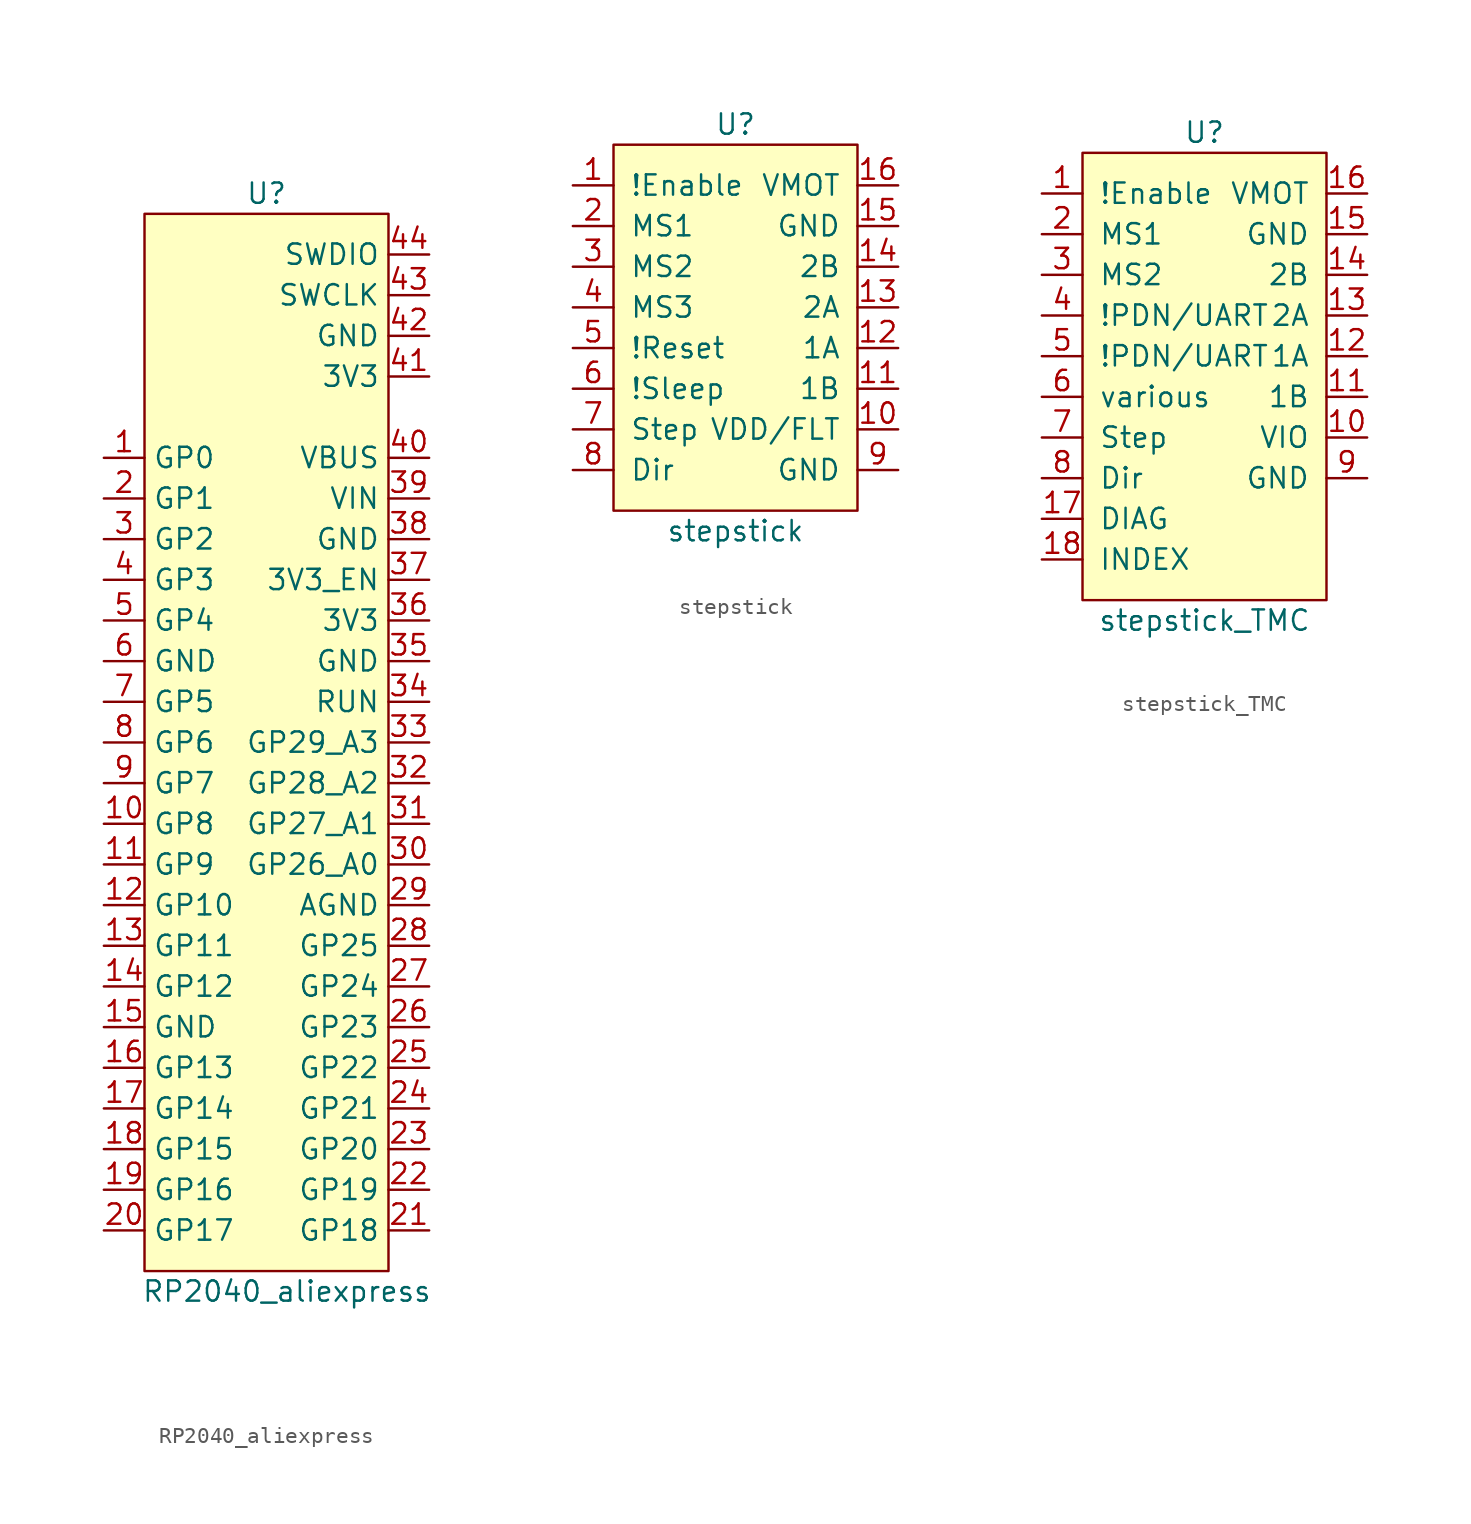
<source format=kicad_sym>
(kicad_symbol_lib
  (version 20220914)
  (generator kicad_symbol_editor)
  (symbol "RP2040_aliexpress"
    (property "Reference" "U"
      (at 0 35.56 0)
      (effects (font (size 1.27 1.27))))
    (property "Value" "RP2040_aliexpress"
      (at 1.27 -33.02 0)
      (effects (font (size 1.27 1.27))))
    (symbol "RP2040_aliexpress_0_1"
      (rectangle (start -7.62 34.29) (end 7.62 -31.75) (stroke (width 0) (type default)) (fill (type background))))
    (symbol "RP2040_aliexpress_1_1"
      (pin bidirectional line (at -10.16 19.05 0) (length 2.54) (name "GP0" (effects (font (size 1.27 1.27)))) (number "1" (effects (font (size 1.27 1.27)))))
      (pin bidirectional line (at -10.16 -3.81 0) (length 2.54) (name "GP8" (effects (font (size 1.27 1.27)))) (number "10" (effects (font (size 1.27 1.27)))))
      (pin bidirectional line (at -10.16 -6.35 0) (length 2.54) (name "GP9" (effects (font (size 1.27 1.27)))) (number "11" (effects (font (size 1.27 1.27)))))
      (pin bidirectional line (at -10.16 -8.89 0) (length 2.54) (name "GP10" (effects (font (size 1.27 1.27)))) (number "12" (effects (font (size 1.27 1.27)))))
      (pin bidirectional line (at -10.16 -11.43 0) (length 2.54) (name "GP11" (effects (font (size 1.27 1.27)))) (number "13" (effects (font (size 1.27 1.27)))))
      (pin bidirectional line (at -10.16 -13.97 0) (length 2.54) (name "GP12" (effects (font (size 1.27 1.27)))) (number "14" (effects (font (size 1.27 1.27)))))
      (pin power_in line (at -10.16 -16.51 0) (length 2.54) (name "GND" (effects (font (size 1.27 1.27)))) (number "15" (effects (font (size 1.27 1.27)))))
      (pin bidirectional line (at -10.16 -19.05 0) (length 2.54) (name "GP13" (effects (font (size 1.27 1.27)))) (number "16" (effects (font (size 1.27 1.27)))))
      (pin bidirectional line (at -10.16 -21.59 0) (length 2.54) (name "GP14" (effects (font (size 1.27 1.27)))) (number "17" (effects (font (size 1.27 1.27)))))
      (pin bidirectional line (at -10.16 -24.13 0) (length 2.54) (name "GP15" (effects (font (size 1.27 1.27)))) (number "18" (effects (font (size 1.27 1.27)))))
      (pin bidirectional line (at -10.16 -26.67 0) (length 2.54) (name "GP16" (effects (font (size 1.27 1.27)))) (number "19" (effects (font (size 1.27 1.27)))))
      (pin bidirectional line (at -10.16 16.51 0) (length 2.54) (name "GP1" (effects (font (size 1.27 1.27)))) (number "2" (effects (font (size 1.27 1.27)))))
      (pin bidirectional line (at -10.16 -29.21 0) (length 2.54) (name "GP17" (effects (font (size 1.27 1.27)))) (number "20" (effects (font (size 1.27 1.27)))))
      (pin bidirectional line (at 10.16 -29.21 180) (length 2.54) (name "GP18" (effects (font (size 1.27 1.27)))) (number "21" (effects (font (size 1.27 1.27)))))
      (pin bidirectional line (at 10.16 -26.67 180) (length 2.54) (name "GP19" (effects (font (size 1.27 1.27)))) (number "22" (effects (font (size 1.27 1.27)))))
      (pin bidirectional line (at 10.16 -24.13 180) (length 2.54) (name "GP20" (effects (font (size 1.27 1.27)))) (number "23" (effects (font (size 1.27 1.27)))))
      (pin bidirectional line (at 10.16 -21.59 180) (length 2.54) (name "GP21" (effects (font (size 1.27 1.27)))) (number "24" (effects (font (size 1.27 1.27)))))
      (pin bidirectional line (at 10.16 -19.05 180) (length 2.54) (name "GP22" (effects (font (size 1.27 1.27)))) (number "25" (effects (font (size 1.27 1.27)))))
      (pin bidirectional line (at 10.16 -16.51 180) (length 2.54) (name "GP23" (effects (font (size 1.27 1.27)))) (number "26" (effects (font (size 1.27 1.27)))))
      (pin bidirectional line (at 10.16 -13.97 180) (length 2.54) (name "GP24" (effects (font (size 1.27 1.27)))) (number "27" (effects (font (size 1.27 1.27)))))
      (pin bidirectional line (at 10.16 -11.43 180) (length 2.54) (name "GP25" (effects (font (size 1.27 1.27)))) (number "28" (effects (font (size 1.27 1.27)))))
      (pin power_in line (at 10.16 -8.89 180) (length 2.54) (name "AGND" (effects (font (size 1.27 1.27)))) (number "29" (effects (font (size 1.27 1.27)))))
      (pin bidirectional line (at -10.16 13.97 0) (length 2.54) (name "GP2" (effects (font (size 1.27 1.27)))) (number "3" (effects (font (size 1.27 1.27)))))
      (pin bidirectional line (at 10.16 -6.35 180) (length 2.54) (name "GP26_A0" (effects (font (size 1.27 1.27)))) (number "30" (effects (font (size 1.27 1.27)))))
      (pin bidirectional line (at 10.16 -3.81 180) (length 2.54) (name "GP27_A1" (effects (font (size 1.27 1.27)))) (number "31" (effects (font (size 1.27 1.27)))))
      (pin bidirectional line (at 10.16 -1.27 180) (length 2.54) (name "GP28_A2" (effects (font (size 1.27 1.27)))) (number "32" (effects (font (size 1.27 1.27)))))
      (pin bidirectional line (at 10.16 1.27 180) (length 2.54) (name "GP29_A3" (effects (font (size 1.27 1.27)))) (number "33" (effects (font (size 1.27 1.27)))))
      (pin input line (at 10.16 3.81 180) (length 2.54) (name "RUN" (effects (font (size 1.27 1.27)))) (number "34" (effects (font (size 1.27 1.27)))))
      (pin power_in line (at 10.16 6.35 180) (length 2.54) (name "GND" (effects (font (size 1.27 1.27)))) (number "35" (effects (font (size 1.27 1.27)))))
      (pin power_out line (at 10.16 8.89 180) (length 2.54) (name "3V3" (effects (font (size 1.27 1.27)))) (number "36" (effects (font (size 1.27 1.27)))))
      (pin input line (at 10.16 11.43 180) (length 2.54) (name "3V3_EN" (effects (font (size 1.27 1.27)))) (number "37" (effects (font (size 1.27 1.27)))))
      (pin power_out line (at 10.16 13.97 180) (length 2.54) (name "GND" (effects (font (size 1.27 1.27)))) (number "38" (effects (font (size 1.27 1.27)))))
      (pin power_out line (at 10.16 16.51 180) (length 2.54) (name "VIN" (effects (font (size 1.27 1.27)))) (number "39" (effects (font (size 1.27 1.27)))))
      (pin bidirectional line (at -10.16 11.43 0) (length 2.54) (name "GP3" (effects (font (size 1.27 1.27)))) (number "4" (effects (font (size 1.27 1.27)))))
      (pin power_out line (at 10.16 19.05 180) (length 2.54) (name "VBUS" (effects (font (size 1.27 1.27)))) (number "40" (effects (font (size 1.27 1.27)))))
      (pin power_in line (at 10.16 24.13 180) (length 2.54) (name "3V3" (effects (font (size 1.27 1.27)))) (number "41" (effects (font (size 1.27 1.27)))))
      (pin power_in line (at 10.16 26.67 180) (length 2.54) (name "GND" (effects (font (size 1.27 1.27)))) (number "42" (effects (font (size 1.27 1.27)))))
      (pin input line (at 10.16 29.21 180) (length 2.54) (name "SWCLK" (effects (font (size 1.27 1.27)))) (number "43" (effects (font (size 1.27 1.27)))))
      (pin bidirectional line (at 10.16 31.75 180) (length 2.54) (name "SWDIO" (effects (font (size 1.27 1.27)))) (number "44" (effects (font (size 1.27 1.27)))))
      (pin bidirectional line (at -10.16 8.89 0) (length 2.54) (name "GP4" (effects (font (size 1.27 1.27)))) (number "5" (effects (font (size 1.27 1.27)))))
      (pin power_in line (at -10.16 6.35 0) (length 2.54) (name "GND" (effects (font (size 1.27 1.27)))) (number "6" (effects (font (size 1.27 1.27)))))
      (pin bidirectional line (at -10.16 3.81 0) (length 2.54) (name "GP5" (effects (font (size 1.27 1.27)))) (number "7" (effects (font (size 1.27 1.27)))))
      (pin bidirectional line (at -10.16 1.27 0) (length 2.54) (name "GP6" (effects (font (size 1.27 1.27)))) (number "8" (effects (font (size 1.27 1.27)))))
      (pin bidirectional line (at -10.16 -1.27 0) (length 2.54) (name "GP7" (effects (font (size 1.27 1.27)))) (number "9" (effects (font (size 1.27 1.27)))))))
  (symbol "stepstick"
    (pin_names
      (offset 1.016))
    (property "Reference" "U"
      (at 0 12.7 0)
      (effects (font (size 1.27 1.27))))
    (property "Value" "stepstick"
      (at 0 -12.7 0)
      (effects (font (size 1.27 1.27))))
    (symbol "stepstick_0_1"
      (rectangle (start -7.62 11.43) (end 7.62 -11.43) (stroke (width 0) (type default)) (fill (type background))))
    (symbol "stepstick_1_1"
      (pin input line (at -10.16 8.89 0) (length 2.54) (name "!Enable" (effects (font (size 1.27 1.27)))) (number "1" (effects (font (size 1.27 1.27)))))
      (pin power_in line (at 10.16 -6.35 180) (length 2.54) (name "VDD/FLT" (effects (font (size 1.27 1.27)))) (number "10" (effects (font (size 1.27 1.27)))))
      (pin output line (at 10.16 -3.81 180) (length 2.54) (name "1B" (effects (font (size 1.27 1.27)))) (number "11" (effects (font (size 1.27 1.27)))))
      (pin output line (at 10.16 -1.27 180) (length 2.54) (name "1A" (effects (font (size 1.27 1.27)))) (number "12" (effects (font (size 1.27 1.27)))))
      (pin output line (at 10.16 1.27 180) (length 2.54) (name "2A" (effects (font (size 1.27 1.27)))) (number "13" (effects (font (size 1.27 1.27)))))
      (pin output line (at 10.16 3.81 180) (length 2.54) (name "2B" (effects (font (size 1.27 1.27)))) (number "14" (effects (font (size 1.27 1.27)))))
      (pin power_in line (at 10.16 6.35 180) (length 2.54) (name "GND" (effects (font (size 1.27 1.27)))) (number "15" (effects (font (size 1.27 1.27)))))
      (pin power_in line (at 10.16 8.89 180) (length 2.54) (name "VMOT" (effects (font (size 1.27 1.27)))) (number "16" (effects (font (size 1.27 1.27)))))
      (pin input line (at -10.16 6.35 0) (length 2.54) (name "MS1" (effects (font (size 1.27 1.27)))) (number "2" (effects (font (size 1.27 1.27)))))
      (pin input line (at -10.16 3.81 0) (length 2.54) (name "MS2" (effects (font (size 1.27 1.27)))) (number "3" (effects (font (size 1.27 1.27)))))
      (pin input line (at -10.16 1.27 0) (length 2.54) (name "MS3" (effects (font (size 1.27 1.27)))) (number "4" (effects (font (size 1.27 1.27)))))
      (pin input line (at -10.16 -1.27 0) (length 2.54) (name "!Reset" (effects (font (size 1.27 1.27)))) (number "5" (effects (font (size 1.27 1.27)))))
      (pin input line (at -10.16 -3.81 0) (length 2.54) (name "!Sleep" (effects (font (size 1.27 1.27)))) (number "6" (effects (font (size 1.27 1.27)))))
      (pin input line (at -10.16 -6.35 0) (length 2.54) (name "Step" (effects (font (size 1.27 1.27)))) (number "7" (effects (font (size 1.27 1.27)))))
      (pin input line (at -10.16 -8.89 0) (length 2.54) (name "Dir" (effects (font (size 1.27 1.27)))) (number "8" (effects (font (size 1.27 1.27)))))
      (pin power_in line (at 10.16 -8.89 180) (length 2.54) (name "GND" (effects (font (size 1.27 1.27)))) (number "9" (effects (font (size 1.27 1.27)))))))
  (symbol "stepstick_TMC"
    (pin_names
      (offset 1.016))
    (property "Reference" "U"
      (at 0 12.7 0)
      (effects (font (size 1.27 1.27))))
    (property "Value" "stepstick_TMC"
      (at 0 -17.78 0)
      (effects (font (size 1.27 1.27))))
    (symbol "stepstick_TMC_0_1"
      (rectangle (start -7.62 11.43) (end 7.62 -16.51) (stroke (width 0) (type default)) (fill (type background))))
    (symbol "stepstick_TMC_1_1"
      (pin input line (at -10.16 8.89 0) (length 2.54) (name "!Enable" (effects (font (size 1.27 1.27)))) (number "1" (effects (font (size 1.27 1.27)))))
      (pin power_in line (at 10.16 -6.35 180) (length 2.54) (name "VIO" (effects (font (size 1.27 1.27)))) (number "10" (effects (font (size 1.27 1.27)))))
      (pin output line (at 10.16 -3.81 180) (length 2.54) (name "1B" (effects (font (size 1.27 1.27)))) (number "11" (effects (font (size 1.27 1.27)))))
      (pin output line (at 10.16 -1.27 180) (length 2.54) (name "1A" (effects (font (size 1.27 1.27)))) (number "12" (effects (font (size 1.27 1.27)))))
      (pin output line (at 10.16 1.27 180) (length 2.54) (name "2A" (effects (font (size 1.27 1.27)))) (number "13" (effects (font (size 1.27 1.27)))))
      (pin output line (at 10.16 3.81 180) (length 2.54) (name "2B" (effects (font (size 1.27 1.27)))) (number "14" (effects (font (size 1.27 1.27)))))
      (pin power_in line (at 10.16 6.35 180) (length 2.54) (name "GND" (effects (font (size 1.27 1.27)))) (number "15" (effects (font (size 1.27 1.27)))))
      (pin power_in line (at 10.16 8.89 180) (length 2.54) (name "VMOT" (effects (font (size 1.27 1.27)))) (number "16" (effects (font (size 1.27 1.27)))))
      (pin output line (at -10.16 -11.43 0) (length 2.54) (name "DIAG" (effects (font (size 1.27 1.27)))) (number "17" (effects (font (size 1.27 1.27)))))
      (pin output line (at -10.16 -13.97 0) (length 2.54) (name "INDEX" (effects (font (size 1.27 1.27)))) (number "18" (effects (font (size 1.27 1.27)))))
      (pin input line (at -10.16 6.35 0) (length 2.54) (name "MS1" (effects (font (size 1.27 1.27)))) (number "2" (effects (font (size 1.27 1.27)))))
      (pin input line (at -10.16 3.81 0) (length 2.54) (name "MS2" (effects (font (size 1.27 1.27)))) (number "3" (effects (font (size 1.27 1.27)))))
      (pin bidirectional line (at -10.16 1.27 0) (length 2.54) (name "!PDN/UART" (effects (font (size 1.27 1.27)))) (number "4" (effects (font (size 1.27 1.27)))))
      (pin bidirectional line (at -10.16 -1.27 0) (length 2.54) (name "!PDN/UART" (effects (font (size 1.27 1.27)))) (number "5" (effects (font (size 1.27 1.27)))))
      (pin bidirectional line (at -10.16 -3.81 0) (length 2.54) (name "various" (effects (font (size 1.27 1.27)))) (number "6" (effects (font (size 1.27 1.27)))))
      (pin input line (at -10.16 -6.35 0) (length 2.54) (name "Step" (effects (font (size 1.27 1.27)))) (number "7" (effects (font (size 1.27 1.27)))))
      (pin input line (at -10.16 -8.89 0) (length 2.54) (name "Dir" (effects (font (size 1.27 1.27)))) (number "8" (effects (font (size 1.27 1.27)))))
      (pin power_in line (at 10.16 -8.89 180) (length 2.54) (name "GND" (effects (font (size 1.27 1.27)))) (number "9" (effects (font (size 1.27 1.27))))))))
</source>
